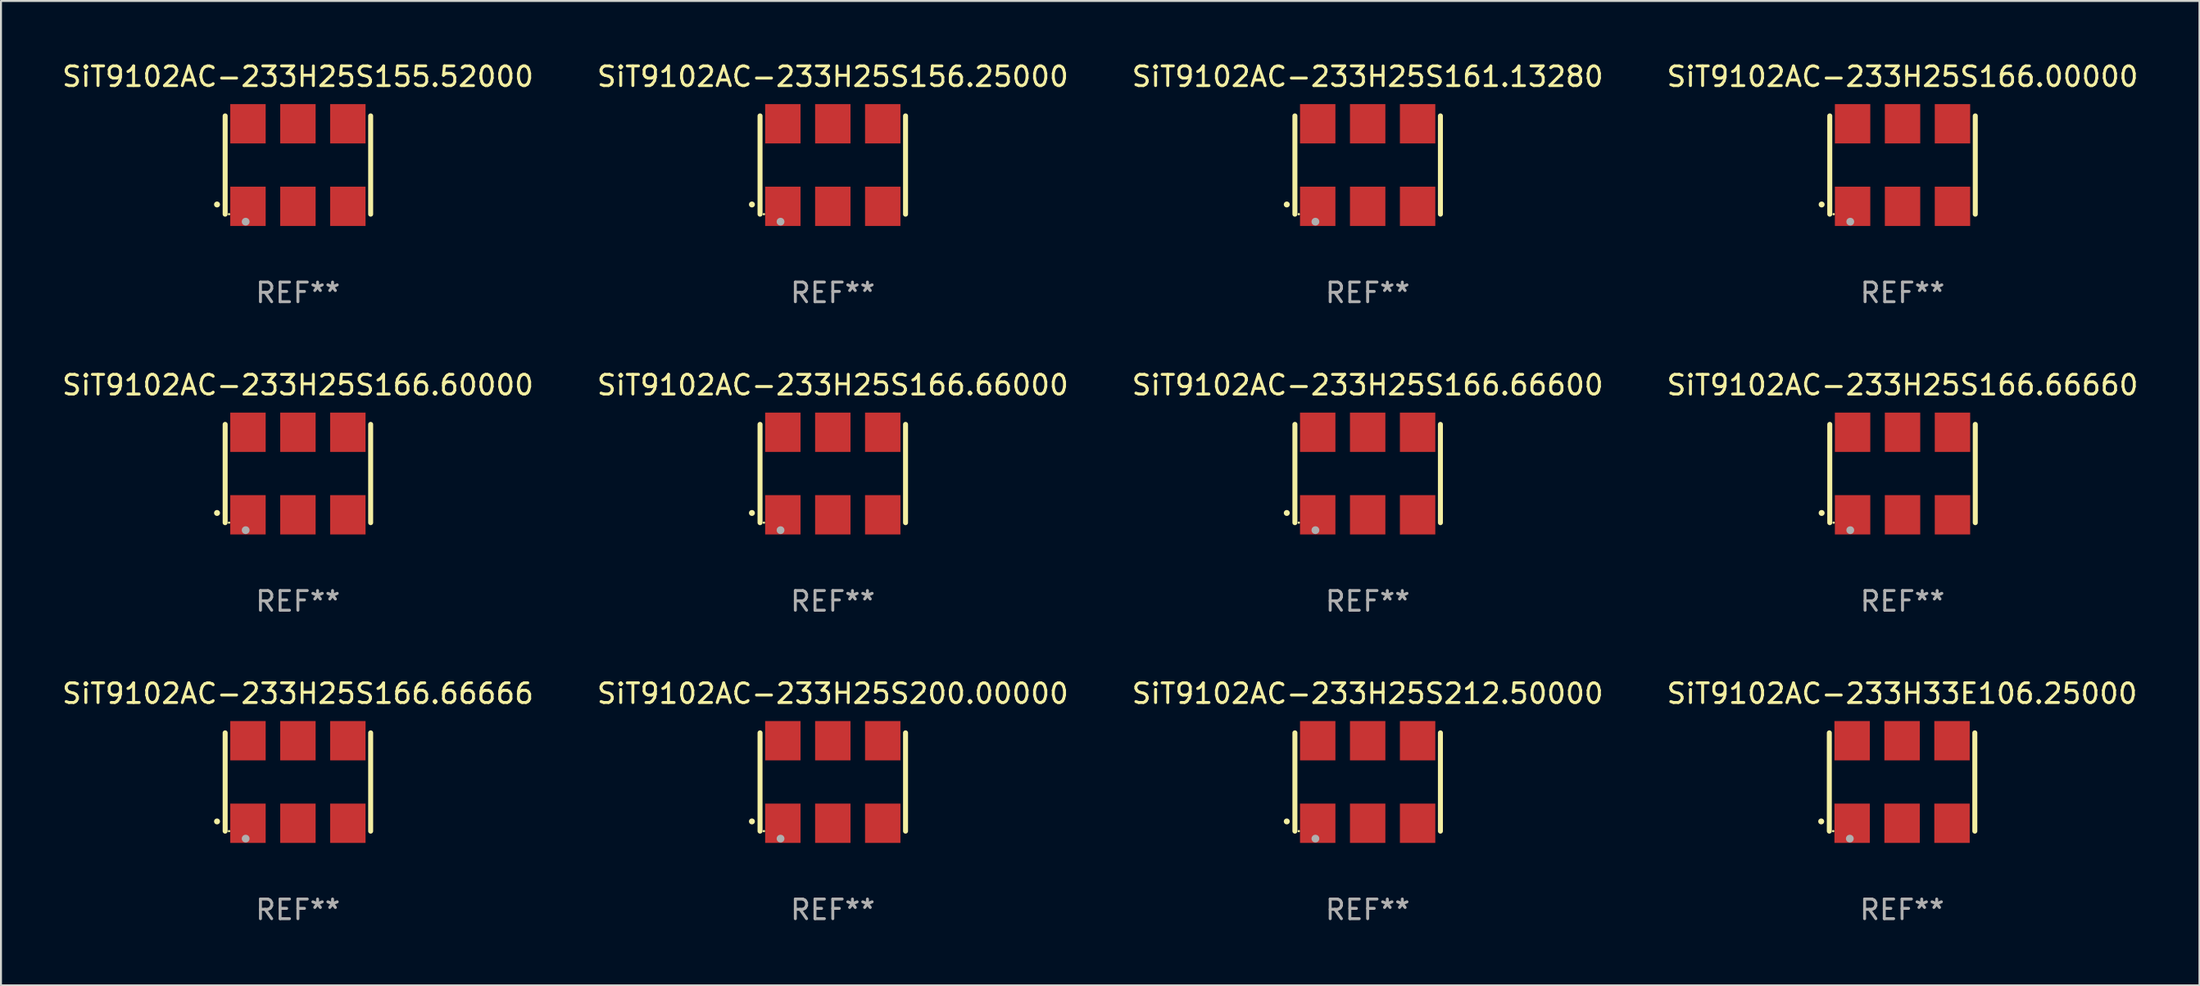
<source format=kicad_pcb>
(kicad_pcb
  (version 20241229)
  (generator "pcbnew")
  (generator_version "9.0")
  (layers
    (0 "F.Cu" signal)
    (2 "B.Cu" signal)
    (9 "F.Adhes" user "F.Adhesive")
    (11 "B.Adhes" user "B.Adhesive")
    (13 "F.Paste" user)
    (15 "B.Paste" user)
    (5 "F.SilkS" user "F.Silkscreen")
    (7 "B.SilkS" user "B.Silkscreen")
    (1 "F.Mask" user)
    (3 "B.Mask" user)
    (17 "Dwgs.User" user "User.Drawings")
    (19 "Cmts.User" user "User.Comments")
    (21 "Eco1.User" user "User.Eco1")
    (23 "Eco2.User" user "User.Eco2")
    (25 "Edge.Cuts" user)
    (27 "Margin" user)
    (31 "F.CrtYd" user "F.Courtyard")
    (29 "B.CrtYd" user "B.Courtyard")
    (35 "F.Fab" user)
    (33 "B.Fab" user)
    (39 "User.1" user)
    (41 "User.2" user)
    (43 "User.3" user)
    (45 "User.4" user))
  (footprint "SiT9102AC-233H25S166.66000"
    (layer "F.Cu")
    (at 39.304 21.045)
    (property "Reference" "SiT9102AC-233H25S166.66000" (at 0 -4.5 0) (layer "F.SilkS") (effects (font (size 1 1) (thickness 0.15))))
    (attr through_hole)
    (fp_line (start -3.7 -2.5) (end -3.7 2.5) (stroke (width 0.254) (type solid)) (layer "F.SilkS"))
    (fp_line (start 3.7 -2.5) (end 3.7 2.5) (stroke (width 0.254) (type solid)) (layer "F.SilkS"))
    (fp_arc (start -4.114415 2.006604) (mid -4.113145 2.006599) (end -4.111875 2.006604) (stroke (width 0.3) (type solid)) (layer "F.SilkS"))
    (fp_circle (center -3.502 2.5) (end -3.472 2.5) (stroke (width 0.06) (type solid)) (fill no) (layer "F.SilkS"))
    (fp_circle (center -2.657 2.882) (end -2.557 2.882) (stroke (width 0.2) (type solid)) (fill no) (layer "F.Fab"))
    (fp_text user "REF**" (at 0 6.5 0) (layer "F.Fab") (effects (font (size 1 1) (thickness 0.15))))
    (pad "1" smd rect (at -2.54 2.1) (size 1.8 2) (layers "F.Cu" "F.Mask" "F.Paste"))
    (pad "2" smd rect (at 0.000394 2.1) (size 1.8 2) (layers "F.Cu" "F.Mask" "F.Paste"))
    (pad "3" smd rect (at 2.54 2.1) (size 1.8 2) (layers "F.Cu" "F.Mask" "F.Paste"))
    (pad "4" smd rect (at 2.54 -2.1) (size 1.8 2) (layers "F.Cu" "F.Mask" "F.Paste"))
    (pad "5" smd rect (at 0.000394 -2.1) (size 1.8 2) (layers "F.Cu" "F.Mask" "F.Paste"))
    (pad "6" smd rect (at -2.54 -2.1) (size 1.8 2) (layers "F.Cu" "F.Mask" "F.Paste")))
  (footprint "SiT9102AC-233H25S156.25000"
    (layer "F.Cu")
    (at 39.304 5.348)
    (property "Reference" "SiT9102AC-233H25S156.25000" (at 0 -4.5 0) (layer "F.SilkS") (effects (font (size 1 1) (thickness 0.15))))
    (attr through_hole)
    (fp_line (start -3.7 -2.5) (end -3.7 2.5) (stroke (width 0.254) (type solid)) (layer "F.SilkS"))
    (fp_line (start 3.7 -2.5) (end 3.7 2.5) (stroke (width 0.254) (type solid)) (layer "F.SilkS"))
    (fp_arc (start -4.114415 2.006604) (mid -4.113145 2.006599) (end -4.111875 2.006604) (stroke (width 0.3) (type solid)) (layer "F.SilkS"))
    (fp_circle (center -3.502 2.5) (end -3.472 2.5) (stroke (width 0.06) (type solid)) (fill no) (layer "F.SilkS"))
    (fp_circle (center -2.657 2.882) (end -2.557 2.882) (stroke (width 0.2) (type solid)) (fill no) (layer "F.Fab"))
    (fp_text user "REF**" (at 0 6.5 0) (layer "F.Fab") (effects (font (size 1 1) (thickness 0.15))))
    (pad "1" smd rect (at -2.54 2.1) (size 1.8 2) (layers "F.Cu" "F.Mask" "F.Paste"))
    (pad "2" smd rect (at 0.000394 2.1) (size 1.8 2) (layers "F.Cu" "F.Mask" "F.Paste"))
    (pad "3" smd rect (at 2.54 2.1) (size 1.8 2) (layers "F.Cu" "F.Mask" "F.Paste"))
    (pad "4" smd rect (at 2.54 -2.1) (size 1.8 2) (layers "F.Cu" "F.Mask" "F.Paste"))
    (pad "5" smd rect (at 0.000394 -2.1) (size 1.8 2) (layers "F.Cu" "F.Mask" "F.Paste"))
    (pad "6" smd rect (at -2.54 -2.1) (size 1.8 2) (layers "F.Cu" "F.Mask" "F.Paste")))
  (footprint "SiT9102AC-233H25S166.66600"
    (layer "F.Cu")
    (at 66.506 21.045)
    (property "Reference" "SiT9102AC-233H25S166.66600" (at 0 -4.5 0) (layer "F.SilkS") (effects (font (size 1 1) (thickness 0.15))))
    (attr through_hole)
    (fp_line (start -3.7 -2.5) (end -3.7 2.5) (stroke (width 0.254) (type solid)) (layer "F.SilkS"))
    (fp_line (start 3.7 -2.5) (end 3.7 2.5) (stroke (width 0.254) (type solid)) (layer "F.SilkS"))
    (fp_arc (start -4.114415 2.006604) (mid -4.113145 2.006599) (end -4.111875 2.006604) (stroke (width 0.3) (type solid)) (layer "F.SilkS"))
    (fp_circle (center -3.502 2.5) (end -3.472 2.5) (stroke (width 0.06) (type solid)) (fill no) (layer "F.SilkS"))
    (fp_circle (center -2.657 2.882) (end -2.557 2.882) (stroke (width 0.2) (type solid)) (fill no) (layer "F.Fab"))
    (fp_text user "REF**" (at 0 6.5 0) (layer "F.Fab") (effects (font (size 1 1) (thickness 0.15))))
    (pad "1" smd rect (at -2.54 2.1) (size 1.8 2) (layers "F.Cu" "F.Mask" "F.Paste"))
    (pad "2" smd rect (at 0.000394 2.1) (size 1.8 2) (layers "F.Cu" "F.Mask" "F.Paste"))
    (pad "3" smd rect (at 2.54 2.1) (size 1.8 2) (layers "F.Cu" "F.Mask" "F.Paste"))
    (pad "4" smd rect (at 2.54 -2.1) (size 1.8 2) (layers "F.Cu" "F.Mask" "F.Paste"))
    (pad "5" smd rect (at 0.000394 -2.1) (size 1.8 2) (layers "F.Cu" "F.Mask" "F.Paste"))
    (pad "6" smd rect (at -2.54 -2.1) (size 1.8 2) (layers "F.Cu" "F.Mask" "F.Paste")))
  (footprint "SiT9102AC-233H25S166.66666"
    (layer "F.Cu")
    (at 12.101 36.741)
    (property "Reference" "SiT9102AC-233H25S166.66666" (at 0 -4.5 0) (layer "F.SilkS") (effects (font (size 1 1) (thickness 0.15))))
    (attr through_hole)
    (fp_line (start -3.7 -2.5) (end -3.7 2.5) (stroke (width 0.254) (type solid)) (layer "F.SilkS"))
    (fp_line (start 3.7 -2.5) (end 3.7 2.5) (stroke (width 0.254) (type solid)) (layer "F.SilkS"))
    (fp_arc (start -4.114415 2.006604) (mid -4.113145 2.006599) (end -4.111875 2.006604) (stroke (width 0.3) (type solid)) (layer "F.SilkS"))
    (fp_circle (center -3.502 2.5) (end -3.472 2.5) (stroke (width 0.06) (type solid)) (fill no) (layer "F.SilkS"))
    (fp_circle (center -2.657 2.882) (end -2.557 2.882) (stroke (width 0.2) (type solid)) (fill no) (layer "F.Fab"))
    (fp_text user "REF**" (at 0 6.5 0) (layer "F.Fab") (effects (font (size 1 1) (thickness 0.15))))
    (pad "1" smd rect (at -2.54 2.1) (size 1.8 2) (layers "F.Cu" "F.Mask" "F.Paste"))
    (pad "2" smd rect (at 0.000394 2.1) (size 1.8 2) (layers "F.Cu" "F.Mask" "F.Paste"))
    (pad "3" smd rect (at 2.54 2.1) (size 1.8 2) (layers "F.Cu" "F.Mask" "F.Paste"))
    (pad "4" smd rect (at 2.54 -2.1) (size 1.8 2) (layers "F.Cu" "F.Mask" "F.Paste"))
    (pad "5" smd rect (at 0.000394 -2.1) (size 1.8 2) (layers "F.Cu" "F.Mask" "F.Paste"))
    (pad "6" smd rect (at -2.54 -2.1) (size 1.8 2) (layers "F.Cu" "F.Mask" "F.Paste")))
  (footprint "SiT9102AC-233H33E106.25000"
    (layer "F.Cu")
    (at 93.685 36.741)
    (property "Reference" "SiT9102AC-233H33E106.25000" (at 0 -4.5 0) (layer "F.SilkS") (effects (font (size 1 1) (thickness 0.15))))
    (attr through_hole)
    (fp_line (start -3.7 -2.5) (end -3.7 2.5) (stroke (width 0.254) (type solid)) (layer "F.SilkS"))
    (fp_line (start 3.7 -2.5) (end 3.7 2.5) (stroke (width 0.254) (type solid)) (layer "F.SilkS"))
    (fp_arc (start -4.114415 2.006604) (mid -4.113145 2.006599) (end -4.111875 2.006604) (stroke (width 0.3) (type solid)) (layer "F.SilkS"))
    (fp_circle (center -3.502 2.5) (end -3.472 2.5) (stroke (width 0.06) (type solid)) (fill no) (layer "F.SilkS"))
    (fp_circle (center -2.657 2.882) (end -2.557 2.882) (stroke (width 0.2) (type solid)) (fill no) (layer "F.Fab"))
    (fp_text user "REF**" (at 0 6.5 0) (layer "F.Fab") (effects (font (size 1 1) (thickness 0.15))))
    (pad "1" smd rect (at -2.54 2.1) (size 1.8 2) (layers "F.Cu" "F.Mask" "F.Paste"))
    (pad "2" smd rect (at 0.000394 2.1) (size 1.8 2) (layers "F.Cu" "F.Mask" "F.Paste"))
    (pad "3" smd rect (at 2.54 2.1) (size 1.8 2) (layers "F.Cu" "F.Mask" "F.Paste"))
    (pad "4" smd rect (at 2.54 -2.1) (size 1.8 2) (layers "F.Cu" "F.Mask" "F.Paste"))
    (pad "5" smd rect (at 0.000394 -2.1) (size 1.8 2) (layers "F.Cu" "F.Mask" "F.Paste"))
    (pad "6" smd rect (at -2.54 -2.1) (size 1.8 2) (layers "F.Cu" "F.Mask" "F.Paste")))
  (footprint "SiT9102AC-233H25S166.66660"
    (layer "F.Cu")
    (at 93.708 21.045)
    (property "Reference" "SiT9102AC-233H25S166.66660" (at 0 -4.5 0) (layer "F.SilkS") (effects (font (size 1 1) (thickness 0.15))))
    (attr through_hole)
    (fp_line (start -3.7 -2.5) (end -3.7 2.5) (stroke (width 0.254) (type solid)) (layer "F.SilkS"))
    (fp_line (start 3.7 -2.5) (end 3.7 2.5) (stroke (width 0.254) (type solid)) (layer "F.SilkS"))
    (fp_arc (start -4.114415 2.006604) (mid -4.113145 2.006599) (end -4.111875 2.006604) (stroke (width 0.3) (type solid)) (layer "F.SilkS"))
    (fp_circle (center -3.502 2.5) (end -3.472 2.5) (stroke (width 0.06) (type solid)) (fill no) (layer "F.SilkS"))
    (fp_circle (center -2.657 2.882) (end -2.557 2.882) (stroke (width 0.2) (type solid)) (fill no) (layer "F.Fab"))
    (fp_text user "REF**" (at 0 6.5 0) (layer "F.Fab") (effects (font (size 1 1) (thickness 0.15))))
    (pad "1" smd rect (at -2.54 2.1) (size 1.8 2) (layers "F.Cu" "F.Mask" "F.Paste"))
    (pad "2" smd rect (at 0.000394 2.1) (size 1.8 2) (layers "F.Cu" "F.Mask" "F.Paste"))
    (pad "3" smd rect (at 2.54 2.1) (size 1.8 2) (layers "F.Cu" "F.Mask" "F.Paste"))
    (pad "4" smd rect (at 2.54 -2.1) (size 1.8 2) (layers "F.Cu" "F.Mask" "F.Paste"))
    (pad "5" smd rect (at 0.000394 -2.1) (size 1.8 2) (layers "F.Cu" "F.Mask" "F.Paste"))
    (pad "6" smd rect (at -2.54 -2.1) (size 1.8 2) (layers "F.Cu" "F.Mask" "F.Paste")))
  (footprint "SiT9102AC-233H25S161.13280"
    (layer "F.Cu")
    (at 66.506 5.348)
    (property "Reference" "SiT9102AC-233H25S161.13280" (at 0 -4.5 0) (layer "F.SilkS") (effects (font (size 1 1) (thickness 0.15))))
    (attr through_hole)
    (fp_line (start -3.7 -2.5) (end -3.7 2.5) (stroke (width 0.254) (type solid)) (layer "F.SilkS"))
    (fp_line (start 3.7 -2.5) (end 3.7 2.5) (stroke (width 0.254) (type solid)) (layer "F.SilkS"))
    (fp_arc (start -4.114415 2.006604) (mid -4.113145 2.006599) (end -4.111875 2.006604) (stroke (width 0.3) (type solid)) (layer "F.SilkS"))
    (fp_circle (center -3.502 2.5) (end -3.472 2.5) (stroke (width 0.06) (type solid)) (fill no) (layer "F.SilkS"))
    (fp_circle (center -2.657 2.882) (end -2.557 2.882) (stroke (width 0.2) (type solid)) (fill no) (layer "F.Fab"))
    (fp_text user "REF**" (at 0 6.5 0) (layer "F.Fab") (effects (font (size 1 1) (thickness 0.15))))
    (pad "1" smd rect (at -2.54 2.1) (size 1.8 2) (layers "F.Cu" "F.Mask" "F.Paste"))
    (pad "2" smd rect (at 0.000394 2.1) (size 1.8 2) (layers "F.Cu" "F.Mask" "F.Paste"))
    (pad "3" smd rect (at 2.54 2.1) (size 1.8 2) (layers "F.Cu" "F.Mask" "F.Paste"))
    (pad "4" smd rect (at 2.54 -2.1) (size 1.8 2) (layers "F.Cu" "F.Mask" "F.Paste"))
    (pad "5" smd rect (at 0.000394 -2.1) (size 1.8 2) (layers "F.Cu" "F.Mask" "F.Paste"))
    (pad "6" smd rect (at -2.54 -2.1) (size 1.8 2) (layers "F.Cu" "F.Mask" "F.Paste")))
  (footprint "SiT9102AC-233H25S166.00000"
    (layer "F.Cu")
    (at 93.708 5.348)
    (property "Reference" "SiT9102AC-233H25S166.00000" (at 0 -4.5 0) (layer "F.SilkS") (effects (font (size 1 1) (thickness 0.15))))
    (attr through_hole)
    (fp_line (start -3.7 -2.5) (end -3.7 2.5) (stroke (width 0.254) (type solid)) (layer "F.SilkS"))
    (fp_line (start 3.7 -2.5) (end 3.7 2.5) (stroke (width 0.254) (type solid)) (layer "F.SilkS"))
    (fp_arc (start -4.114415 2.006604) (mid -4.113145 2.006599) (end -4.111875 2.006604) (stroke (width 0.3) (type solid)) (layer "F.SilkS"))
    (fp_circle (center -3.502 2.5) (end -3.472 2.5) (stroke (width 0.06) (type solid)) (fill no) (layer "F.SilkS"))
    (fp_circle (center -2.657 2.882) (end -2.557 2.882) (stroke (width 0.2) (type solid)) (fill no) (layer "F.Fab"))
    (fp_text user "REF**" (at 0 6.5 0) (layer "F.Fab") (effects (font (size 1 1) (thickness 0.15))))
    (pad "1" smd rect (at -2.54 2.1) (size 1.8 2) (layers "F.Cu" "F.Mask" "F.Paste"))
    (pad "2" smd rect (at 0.000394 2.1) (size 1.8 2) (layers "F.Cu" "F.Mask" "F.Paste"))
    (pad "3" smd rect (at 2.54 2.1) (size 1.8 2) (layers "F.Cu" "F.Mask" "F.Paste"))
    (pad "4" smd rect (at 2.54 -2.1) (size 1.8 2) (layers "F.Cu" "F.Mask" "F.Paste"))
    (pad "5" smd rect (at 0.000394 -2.1) (size 1.8 2) (layers "F.Cu" "F.Mask" "F.Paste"))
    (pad "6" smd rect (at -2.54 -2.1) (size 1.8 2) (layers "F.Cu" "F.Mask" "F.Paste")))
  (footprint "SiT9102AC-233H25S155.52000"
    (layer "F.Cu")
    (at 12.101 5.348)
    (property "Reference" "SiT9102AC-233H25S155.52000" (at 0 -4.5 0) (layer "F.SilkS") (effects (font (size 1 1) (thickness 0.15))))
    (attr through_hole)
    (fp_line (start -3.7 -2.5) (end -3.7 2.5) (stroke (width 0.254) (type solid)) (layer "F.SilkS"))
    (fp_line (start 3.7 -2.5) (end 3.7 2.5) (stroke (width 0.254) (type solid)) (layer "F.SilkS"))
    (fp_arc (start -4.114415 2.006604) (mid -4.113145 2.006599) (end -4.111875 2.006604) (stroke (width 0.3) (type solid)) (layer "F.SilkS"))
    (fp_circle (center -3.502 2.5) (end -3.472 2.5) (stroke (width 0.06) (type solid)) (fill no) (layer "F.SilkS"))
    (fp_circle (center -2.657 2.882) (end -2.557 2.882) (stroke (width 0.2) (type solid)) (fill no) (layer "F.Fab"))
    (fp_text user "REF**" (at 0 6.5 0) (layer "F.Fab") (effects (font (size 1 1) (thickness 0.15))))
    (pad "1" smd rect (at -2.54 2.1) (size 1.8 2) (layers "F.Cu" "F.Mask" "F.Paste"))
    (pad "2" smd rect (at 0.000394 2.1) (size 1.8 2) (layers "F.Cu" "F.Mask" "F.Paste"))
    (pad "3" smd rect (at 2.54 2.1) (size 1.8 2) (layers "F.Cu" "F.Mask" "F.Paste"))
    (pad "4" smd rect (at 2.54 -2.1) (size 1.8 2) (layers "F.Cu" "F.Mask" "F.Paste"))
    (pad "5" smd rect (at 0.000394 -2.1) (size 1.8 2) (layers "F.Cu" "F.Mask" "F.Paste"))
    (pad "6" smd rect (at -2.54 -2.1) (size 1.8 2) (layers "F.Cu" "F.Mask" "F.Paste")))
  (footprint "SiT9102AC-233H25S166.60000"
    (layer "F.Cu")
    (at 12.101 21.045)
    (property "Reference" "SiT9102AC-233H25S166.60000" (at 0 -4.5 0) (layer "F.SilkS") (effects (font (size 1 1) (thickness 0.15))))
    (attr through_hole)
    (fp_line (start -3.7 -2.5) (end -3.7 2.5) (stroke (width 0.254) (type solid)) (layer "F.SilkS"))
    (fp_line (start 3.7 -2.5) (end 3.7 2.5) (stroke (width 0.254) (type solid)) (layer "F.SilkS"))
    (fp_arc (start -4.114415 2.006604) (mid -4.113145 2.006599) (end -4.111875 2.006604) (stroke (width 0.3) (type solid)) (layer "F.SilkS"))
    (fp_circle (center -3.502 2.5) (end -3.472 2.5) (stroke (width 0.06) (type solid)) (fill no) (layer "F.SilkS"))
    (fp_circle (center -2.657 2.882) (end -2.557 2.882) (stroke (width 0.2) (type solid)) (fill no) (layer "F.Fab"))
    (fp_text user "REF**" (at 0 6.5 0) (layer "F.Fab") (effects (font (size 1 1) (thickness 0.15))))
    (pad "1" smd rect (at -2.54 2.1) (size 1.8 2) (layers "F.Cu" "F.Mask" "F.Paste"))
    (pad "2" smd rect (at 0.000394 2.1) (size 1.8 2) (layers "F.Cu" "F.Mask" "F.Paste"))
    (pad "3" smd rect (at 2.54 2.1) (size 1.8 2) (layers "F.Cu" "F.Mask" "F.Paste"))
    (pad "4" smd rect (at 2.54 -2.1) (size 1.8 2) (layers "F.Cu" "F.Mask" "F.Paste"))
    (pad "5" smd rect (at 0.000394 -2.1) (size 1.8 2) (layers "F.Cu" "F.Mask" "F.Paste"))
    (pad "6" smd rect (at -2.54 -2.1) (size 1.8 2) (layers "F.Cu" "F.Mask" "F.Paste")))
  (footprint "SiT9102AC-233H25S200.00000"
    (layer "F.Cu")
    (at 39.304 36.741)
    (property "Reference" "SiT9102AC-233H25S200.00000" (at 0 -4.5 0) (layer "F.SilkS") (effects (font (size 1 1) (thickness 0.15))))
    (attr through_hole)
    (fp_line (start -3.7 -2.5) (end -3.7 2.5) (stroke (width 0.254) (type solid)) (layer "F.SilkS"))
    (fp_line (start 3.7 -2.5) (end 3.7 2.5) (stroke (width 0.254) (type solid)) (layer "F.SilkS"))
    (fp_arc (start -4.114415 2.006604) (mid -4.113145 2.006599) (end -4.111875 2.006604) (stroke (width 0.3) (type solid)) (layer "F.SilkS"))
    (fp_circle (center -3.502 2.5) (end -3.472 2.5) (stroke (width 0.06) (type solid)) (fill no) (layer "F.SilkS"))
    (fp_circle (center -2.657 2.882) (end -2.557 2.882) (stroke (width 0.2) (type solid)) (fill no) (layer "F.Fab"))
    (fp_text user "REF**" (at 0 6.5 0) (layer "F.Fab") (effects (font (size 1 1) (thickness 0.15))))
    (pad "1" smd rect (at -2.54 2.1) (size 1.8 2) (layers "F.Cu" "F.Mask" "F.Paste"))
    (pad "2" smd rect (at 0.000394 2.1) (size 1.8 2) (layers "F.Cu" "F.Mask" "F.Paste"))
    (pad "3" smd rect (at 2.54 2.1) (size 1.8 2) (layers "F.Cu" "F.Mask" "F.Paste"))
    (pad "4" smd rect (at 2.54 -2.1) (size 1.8 2) (layers "F.Cu" "F.Mask" "F.Paste"))
    (pad "5" smd rect (at 0.000394 -2.1) (size 1.8 2) (layers "F.Cu" "F.Mask" "F.Paste"))
    (pad "6" smd rect (at -2.54 -2.1) (size 1.8 2) (layers "F.Cu" "F.Mask" "F.Paste")))
  (footprint "SiT9102AC-233H25S212.50000"
    (layer "F.Cu")
    (at 66.506 36.741)
    (property "Reference" "SiT9102AC-233H25S212.50000" (at 0 -4.5 0) (layer "F.SilkS") (effects (font (size 1 1) (thickness 0.15))))
    (attr through_hole)
    (fp_line (start -3.7 -2.5) (end -3.7 2.5) (stroke (width 0.254) (type solid)) (layer "F.SilkS"))
    (fp_line (start 3.7 -2.5) (end 3.7 2.5) (stroke (width 0.254) (type solid)) (layer "F.SilkS"))
    (fp_arc (start -4.114415 2.006604) (mid -4.113145 2.006599) (end -4.111875 2.006604) (stroke (width 0.3) (type solid)) (layer "F.SilkS"))
    (fp_circle (center -3.502 2.5) (end -3.472 2.5) (stroke (width 0.06) (type solid)) (fill no) (layer "F.SilkS"))
    (fp_circle (center -2.657 2.882) (end -2.557 2.882) (stroke (width 0.2) (type solid)) (fill no) (layer "F.Fab"))
    (fp_text user "REF**" (at 0 6.5 0) (layer "F.Fab") (effects (font (size 1 1) (thickness 0.15))))
    (pad "1" smd rect (at -2.54 2.1) (size 1.8 2) (layers "F.Cu" "F.Mask" "F.Paste"))
    (pad "2" smd rect (at 0.000394 2.1) (size 1.8 2) (layers "F.Cu" "F.Mask" "F.Paste"))
    (pad "3" smd rect (at 2.54 2.1) (size 1.8 2) (layers "F.Cu" "F.Mask" "F.Paste"))
    (pad "4" smd rect (at 2.54 -2.1) (size 1.8 2) (layers "F.Cu" "F.Mask" "F.Paste"))
    (pad "5" smd rect (at 0.000394 -2.1) (size 1.8 2) (layers "F.Cu" "F.Mask" "F.Paste"))
    (pad "6" smd rect (at -2.54 -2.1) (size 1.8 2) (layers "F.Cu" "F.Mask" "F.Paste")))
  (gr_rect
    (start -3 -3)
    (end 108.81 47.09)
    (stroke (width 0.1) (type default))
    (fill no)
    (layer "Edge.Cuts")))
</source>
